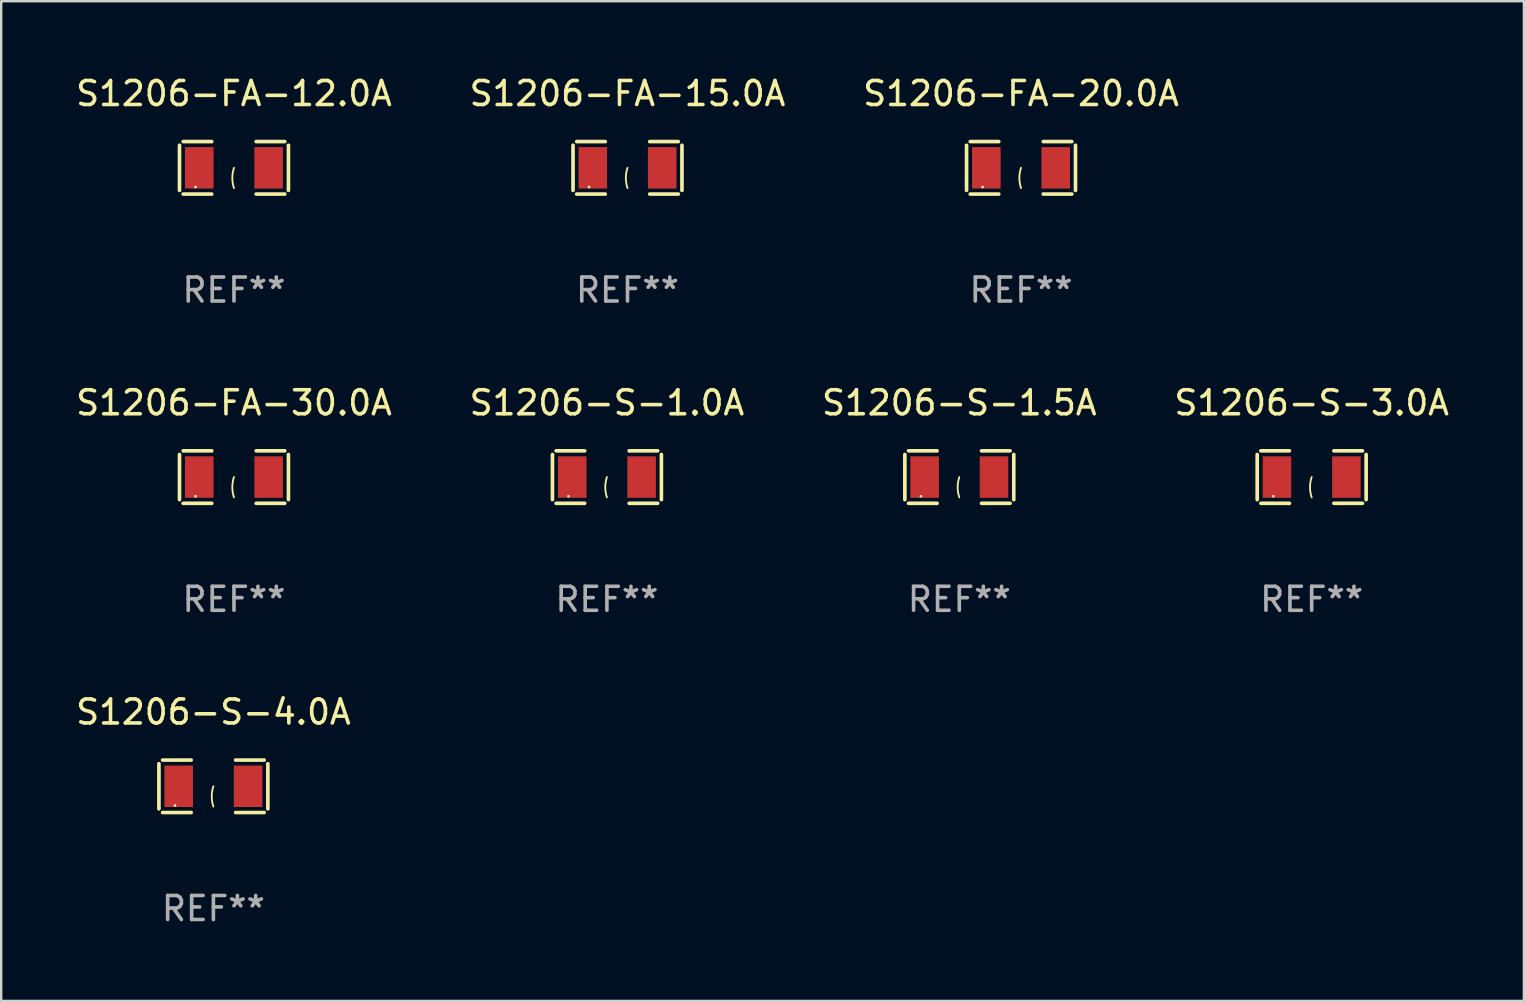
<source format=kicad_pcb>
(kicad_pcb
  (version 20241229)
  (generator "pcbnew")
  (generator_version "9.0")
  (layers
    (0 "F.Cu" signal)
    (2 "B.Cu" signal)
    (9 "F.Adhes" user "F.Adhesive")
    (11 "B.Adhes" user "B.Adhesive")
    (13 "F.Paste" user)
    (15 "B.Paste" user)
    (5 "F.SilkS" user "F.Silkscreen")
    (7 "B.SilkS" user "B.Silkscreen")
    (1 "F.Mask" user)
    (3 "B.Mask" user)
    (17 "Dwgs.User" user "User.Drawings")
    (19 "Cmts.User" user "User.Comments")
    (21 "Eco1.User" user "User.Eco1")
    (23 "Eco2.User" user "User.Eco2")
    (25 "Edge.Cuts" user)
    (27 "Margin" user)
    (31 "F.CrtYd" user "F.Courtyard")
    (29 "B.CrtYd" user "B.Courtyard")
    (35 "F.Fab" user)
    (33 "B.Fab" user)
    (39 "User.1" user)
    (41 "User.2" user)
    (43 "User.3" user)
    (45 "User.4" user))
  (footprint "S1206-S-1.5A"
    (layer "F.Cu")
    (at 36.911 16.823)
    (property "Reference" "S1206-S-1.5A" (at 0 -3.093 0) (layer "F.SilkS") (effects (font (size 1 1) (thickness 0.15))))
    (attr through_hole)
    (fp_line (start -2.269 -0.94) (end -2.269 0.94) (stroke (width 0.152) (type solid)) (layer "F.SilkS"))
    (fp_line (start -2.116 1.093) (end -0.926 1.093) (stroke (width 0.152) (type solid)) (layer "F.SilkS"))
    (fp_line (start -0.926 -1.093) (end -2.116 -1.093) (stroke (width 0.152) (type solid)) (layer "F.SilkS"))
    (fp_line (start 0.926 -1.093) (end 2.116 -1.093) (stroke (width 0.152) (type solid)) (layer "F.SilkS"))
    (fp_line (start 2.116 1.093) (end 0.926 1.093) (stroke (width 0.152) (type solid)) (layer "F.SilkS"))
    (fp_line (start 2.269 -0.94) (end 2.269 0.94) (stroke (width 0.152) (type solid)) (layer "F.SilkS"))
    (fp_arc (start 0 0.844951) (mid -0.068559 0.422475) (end 0 0) (stroke (width 0.0762) (type solid)) (layer "F.SilkS"))
    (fp_circle (center -1.6 0.8) (end -1.57 0.8) (stroke (width 0.06) (type solid)) (fill no) (layer "F.SilkS"))
    (fp_text user "REF**" (at 0 5.093 0) (layer "F.Fab") (effects (font (size 1 1) (thickness 0.15))))
    (pad "1" smd rect (at -1.445 0) (size 1.19 1.728) (layers "F.Cu" "F.Mask" "F.Paste"))
    (pad "2" smd rect (at 1.445 0) (size 1.19 1.728) (layers "F.Cu" "F.Mask" "F.Paste")))
  (footprint "S1206-FA-30.0A"
    (layer "F.Cu")
    (at 6.696 16.823)
    (property "Reference" "S1206-FA-30.0A" (at 0 -3.093 0) (layer "F.SilkS") (effects (font (size 1 1) (thickness 0.15))))
    (attr through_hole)
    (fp_line (start -2.269 -0.94) (end -2.269 0.94) (stroke (width 0.152) (type solid)) (layer "F.SilkS"))
    (fp_line (start -2.116 1.093) (end -0.926 1.093) (stroke (width 0.152) (type solid)) (layer "F.SilkS"))
    (fp_line (start -0.926 -1.093) (end -2.116 -1.093) (stroke (width 0.152) (type solid)) (layer "F.SilkS"))
    (fp_line (start 0.926 -1.093) (end 2.116 -1.093) (stroke (width 0.152) (type solid)) (layer "F.SilkS"))
    (fp_line (start 2.116 1.093) (end 0.926 1.093) (stroke (width 0.152) (type solid)) (layer "F.SilkS"))
    (fp_line (start 2.269 -0.94) (end 2.269 0.94) (stroke (width 0.152) (type solid)) (layer "F.SilkS"))
    (fp_arc (start 0 0.844951) (mid -0.068559 0.422475) (end 0 0) (stroke (width 0.0762) (type solid)) (layer "F.SilkS"))
    (fp_circle (center -1.6 0.8) (end -1.57 0.8) (stroke (width 0.06) (type solid)) (fill no) (layer "F.SilkS"))
    (fp_text user "REF**" (at 0 5.093 0) (layer "F.Fab") (effects (font (size 1 1) (thickness 0.15))))
    (pad "1" smd rect (at -1.445 0) (size 1.19 1.728) (layers "F.Cu" "F.Mask" "F.Paste"))
    (pad "2" smd rect (at 1.445 0) (size 1.19 1.728) (layers "F.Cu" "F.Mask" "F.Paste")))
  (footprint "S1206-S-1.0A"
    (layer "F.Cu")
    (at 22.232 16.823)
    (property "Reference" "S1206-S-1.0A" (at 0 -3.093 0) (layer "F.SilkS") (effects (font (size 1 1) (thickness 0.15))))
    (attr through_hole)
    (fp_line (start -2.269 -0.94) (end -2.269 0.94) (stroke (width 0.152) (type solid)) (layer "F.SilkS"))
    (fp_line (start -2.116 1.093) (end -0.926 1.093) (stroke (width 0.152) (type solid)) (layer "F.SilkS"))
    (fp_line (start -0.926 -1.093) (end -2.116 -1.093) (stroke (width 0.152) (type solid)) (layer "F.SilkS"))
    (fp_line (start 0.926 -1.093) (end 2.116 -1.093) (stroke (width 0.152) (type solid)) (layer "F.SilkS"))
    (fp_line (start 2.116 1.093) (end 0.926 1.093) (stroke (width 0.152) (type solid)) (layer "F.SilkS"))
    (fp_line (start 2.269 -0.94) (end 2.269 0.94) (stroke (width 0.152) (type solid)) (layer "F.SilkS"))
    (fp_arc (start 0 0.844951) (mid -0.068559 0.422475) (end 0 0) (stroke (width 0.0762) (type solid)) (layer "F.SilkS"))
    (fp_circle (center -1.6 0.8) (end -1.57 0.8) (stroke (width 0.06) (type solid)) (fill no) (layer "F.SilkS"))
    (fp_text user "REF**" (at 0 5.093 0) (layer "F.Fab") (effects (font (size 1 1) (thickness 0.15))))
    (pad "1" smd rect (at -1.445 0) (size 1.19 1.728) (layers "F.Cu" "F.Mask" "F.Paste"))
    (pad "2" smd rect (at 1.445 0) (size 1.19 1.728) (layers "F.Cu" "F.Mask" "F.Paste")))
  (footprint "S1206-S-4.0A"
    (layer "F.Cu")
    (at 5.839 29.704)
    (property "Reference" "S1206-S-4.0A" (at 0 -3.093 0) (layer "F.SilkS") (effects (font (size 1 1) (thickness 0.15))))
    (attr through_hole)
    (fp_line (start -2.269 -0.94) (end -2.269 0.94) (stroke (width 0.152) (type solid)) (layer "F.SilkS"))
    (fp_line (start -2.116 1.093) (end -0.926 1.093) (stroke (width 0.152) (type solid)) (layer "F.SilkS"))
    (fp_line (start -0.926 -1.093) (end -2.116 -1.093) (stroke (width 0.152) (type solid)) (layer "F.SilkS"))
    (fp_line (start 0.926 -1.093) (end 2.116 -1.093) (stroke (width 0.152) (type solid)) (layer "F.SilkS"))
    (fp_line (start 2.116 1.093) (end 0.926 1.093) (stroke (width 0.152) (type solid)) (layer "F.SilkS"))
    (fp_line (start 2.269 -0.94) (end 2.269 0.94) (stroke (width 0.152) (type solid)) (layer "F.SilkS"))
    (fp_arc (start 0 0.844951) (mid -0.068559 0.422475) (end 0 0) (stroke (width 0.0762) (type solid)) (layer "F.SilkS"))
    (fp_circle (center -1.6 0.8) (end -1.57 0.8) (stroke (width 0.06) (type solid)) (fill no) (layer "F.SilkS"))
    (fp_text user "REF**" (at 0 5.093 0) (layer "F.Fab") (effects (font (size 1 1) (thickness 0.15))))
    (pad "1" smd rect (at -1.445 0) (size 1.19 1.728) (layers "F.Cu" "F.Mask" "F.Paste"))
    (pad "2" smd rect (at 1.445 0) (size 1.19 1.728) (layers "F.Cu" "F.Mask" "F.Paste")))
  (footprint "S1206-FA-15.0A"
    (layer "F.Cu")
    (at 23.089 3.941)
    (property "Reference" "S1206-FA-15.0A" (at 0 -3.093 0) (layer "F.SilkS") (effects (font (size 1 1) (thickness 0.15))))
    (attr through_hole)
    (fp_line (start -2.269 -0.94) (end -2.269 0.94) (stroke (width 0.152) (type solid)) (layer "F.SilkS"))
    (fp_line (start -2.116 1.093) (end -0.926 1.093) (stroke (width 0.152) (type solid)) (layer "F.SilkS"))
    (fp_line (start -0.926 -1.093) (end -2.116 -1.093) (stroke (width 0.152) (type solid)) (layer "F.SilkS"))
    (fp_line (start 0.926 -1.093) (end 2.116 -1.093) (stroke (width 0.152) (type solid)) (layer "F.SilkS"))
    (fp_line (start 2.116 1.093) (end 0.926 1.093) (stroke (width 0.152) (type solid)) (layer "F.SilkS"))
    (fp_line (start 2.269 -0.94) (end 2.269 0.94) (stroke (width 0.152) (type solid)) (layer "F.SilkS"))
    (fp_arc (start 0 0.844951) (mid -0.068559 0.422475) (end 0 0) (stroke (width 0.0762) (type solid)) (layer "F.SilkS"))
    (fp_circle (center -1.6 0.8) (end -1.57 0.8) (stroke (width 0.06) (type solid)) (fill no) (layer "F.SilkS"))
    (fp_text user "REF**" (at 0 5.093 0) (layer "F.Fab") (effects (font (size 1 1) (thickness 0.15))))
    (pad "1" smd rect (at -1.445 0) (size 1.19 1.728) (layers "F.Cu" "F.Mask" "F.Paste"))
    (pad "2" smd rect (at 1.445 0) (size 1.19 1.728) (layers "F.Cu" "F.Mask" "F.Paste")))
  (footprint "S1206-FA-20.0A"
    (layer "F.Cu")
    (at 39.482 3.941)
    (property "Reference" "S1206-FA-20.0A" (at 0 -3.093 0) (layer "F.SilkS") (effects (font (size 1 1) (thickness 0.15))))
    (attr through_hole)
    (fp_line (start -2.269 -0.94) (end -2.269 0.94) (stroke (width 0.152) (type solid)) (layer "F.SilkS"))
    (fp_line (start -2.116 1.093) (end -0.926 1.093) (stroke (width 0.152) (type solid)) (layer "F.SilkS"))
    (fp_line (start -0.926 -1.093) (end -2.116 -1.093) (stroke (width 0.152) (type solid)) (layer "F.SilkS"))
    (fp_line (start 0.926 -1.093) (end 2.116 -1.093) (stroke (width 0.152) (type solid)) (layer "F.SilkS"))
    (fp_line (start 2.116 1.093) (end 0.926 1.093) (stroke (width 0.152) (type solid)) (layer "F.SilkS"))
    (fp_line (start 2.269 -0.94) (end 2.269 0.94) (stroke (width 0.152) (type solid)) (layer "F.SilkS"))
    (fp_arc (start 0 0.844951) (mid -0.068559 0.422475) (end 0 0) (stroke (width 0.0762) (type solid)) (layer "F.SilkS"))
    (fp_circle (center -1.6 0.8) (end -1.57 0.8) (stroke (width 0.06) (type solid)) (fill no) (layer "F.SilkS"))
    (fp_text user "REF**" (at 0 5.093 0) (layer "F.Fab") (effects (font (size 1 1) (thickness 0.15))))
    (pad "1" smd rect (at -1.445 0) (size 1.19 1.728) (layers "F.Cu" "F.Mask" "F.Paste"))
    (pad "2" smd rect (at 1.445 0) (size 1.19 1.728) (layers "F.Cu" "F.Mask" "F.Paste")))
  (footprint "S1206-S-3.0A"
    (layer "F.Cu")
    (at 51.589 16.823)
    (property "Reference" "S1206-S-3.0A" (at 0 -3.093 0) (layer "F.SilkS") (effects (font (size 1 1) (thickness 0.15))))
    (attr through_hole)
    (fp_line (start -2.269 -0.94) (end -2.269 0.94) (stroke (width 0.152) (type solid)) (layer "F.SilkS"))
    (fp_line (start -2.116 1.093) (end -0.926 1.093) (stroke (width 0.152) (type solid)) (layer "F.SilkS"))
    (fp_line (start -0.926 -1.093) (end -2.116 -1.093) (stroke (width 0.152) (type solid)) (layer "F.SilkS"))
    (fp_line (start 0.926 -1.093) (end 2.116 -1.093) (stroke (width 0.152) (type solid)) (layer "F.SilkS"))
    (fp_line (start 2.116 1.093) (end 0.926 1.093) (stroke (width 0.152) (type solid)) (layer "F.SilkS"))
    (fp_line (start 2.269 -0.94) (end 2.269 0.94) (stroke (width 0.152) (type solid)) (layer "F.SilkS"))
    (fp_arc (start 0 0.844951) (mid -0.068559 0.422475) (end 0 0) (stroke (width 0.0762) (type solid)) (layer "F.SilkS"))
    (fp_circle (center -1.6 0.8) (end -1.57 0.8) (stroke (width 0.06) (type solid)) (fill no) (layer "F.SilkS"))
    (fp_text user "REF**" (at 0 5.093 0) (layer "F.Fab") (effects (font (size 1 1) (thickness 0.15))))
    (pad "1" smd rect (at -1.445 0) (size 1.19 1.728) (layers "F.Cu" "F.Mask" "F.Paste"))
    (pad "2" smd rect (at 1.445 0) (size 1.19 1.728) (layers "F.Cu" "F.Mask" "F.Paste")))
  (footprint "S1206-FA-12.0A"
    (layer "F.Cu")
    (at 6.696 3.941)
    (property "Reference" "S1206-FA-12.0A" (at 0 -3.093 0) (layer "F.SilkS") (effects (font (size 1 1) (thickness 0.15))))
    (attr through_hole)
    (fp_line (start -2.269 -0.94) (end -2.269 0.94) (stroke (width 0.152) (type solid)) (layer "F.SilkS"))
    (fp_line (start -2.116 1.093) (end -0.926 1.093) (stroke (width 0.152) (type solid)) (layer "F.SilkS"))
    (fp_line (start -0.926 -1.093) (end -2.116 -1.093) (stroke (width 0.152) (type solid)) (layer "F.SilkS"))
    (fp_line (start 0.926 -1.093) (end 2.116 -1.093) (stroke (width 0.152) (type solid)) (layer "F.SilkS"))
    (fp_line (start 2.116 1.093) (end 0.926 1.093) (stroke (width 0.152) (type solid)) (layer "F.SilkS"))
    (fp_line (start 2.269 -0.94) (end 2.269 0.94) (stroke (width 0.152) (type solid)) (layer "F.SilkS"))
    (fp_arc (start 0 0.844951) (mid -0.068559 0.422475) (end 0 0) (stroke (width 0.0762) (type solid)) (layer "F.SilkS"))
    (fp_circle (center -1.6 0.8) (end -1.57 0.8) (stroke (width 0.06) (type solid)) (fill no) (layer "F.SilkS"))
    (fp_text user "REF**" (at 0 5.093 0) (layer "F.Fab") (effects (font (size 1 1) (thickness 0.15))))
    (pad "1" smd rect (at -1.445 0) (size 1.19 1.728) (layers "F.Cu" "F.Mask" "F.Paste"))
    (pad "2" smd rect (at 1.445 0) (size 1.19 1.728) (layers "F.Cu" "F.Mask" "F.Paste")))
  (gr_rect
    (start -3 -3)
    (end 60.429 38.645)
    (stroke (width 0.1) (type default))
    (fill no)
    (layer "Edge.Cuts")))
</source>
